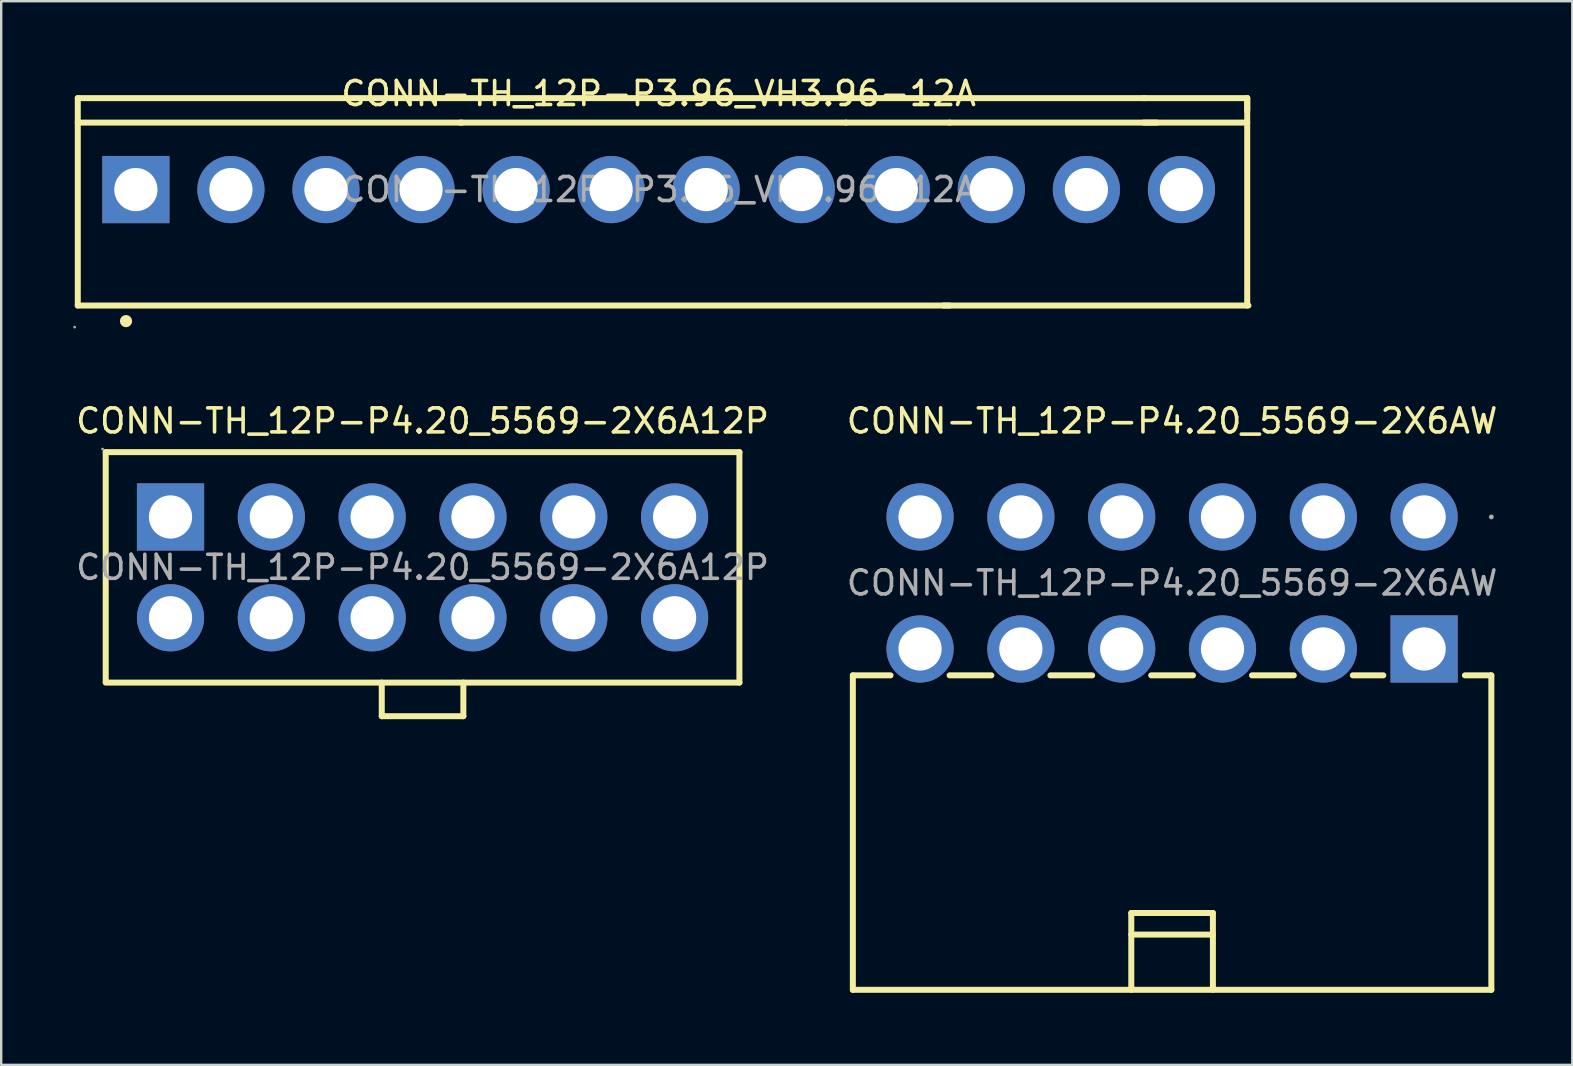
<source format=kicad_pcb>
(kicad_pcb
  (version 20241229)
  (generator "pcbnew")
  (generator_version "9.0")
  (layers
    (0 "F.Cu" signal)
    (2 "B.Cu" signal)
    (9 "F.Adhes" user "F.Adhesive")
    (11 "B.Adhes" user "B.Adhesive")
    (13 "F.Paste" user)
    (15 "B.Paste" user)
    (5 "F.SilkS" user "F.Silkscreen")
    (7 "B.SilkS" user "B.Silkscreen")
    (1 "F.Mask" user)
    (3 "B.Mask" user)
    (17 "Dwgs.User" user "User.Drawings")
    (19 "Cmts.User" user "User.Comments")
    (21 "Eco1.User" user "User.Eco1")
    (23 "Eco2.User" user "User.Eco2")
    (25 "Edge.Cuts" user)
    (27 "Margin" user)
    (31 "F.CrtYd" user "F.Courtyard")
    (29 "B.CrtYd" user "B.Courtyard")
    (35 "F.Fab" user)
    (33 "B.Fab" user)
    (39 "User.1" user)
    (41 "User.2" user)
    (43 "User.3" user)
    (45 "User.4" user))
  (footprint "CONN-TH_12P-P4.20_5569-2X6A12P"
    (layer "F.Cu")
    (at 14.554 20.587)
    (property "Reference" "CONN-TH_12P-P4.20_5569-2X6A12P" (at 0 -6.1 0) (layer "F.SilkS") (effects (font (size 1 1) (thickness 0.15))))
    (attr through_hole)
    (fp_line (start -13.2 4.77) (end -13.2 -4.8) (stroke (width 0.25) (type solid)) (layer "F.SilkS"))
    (fp_line (start -1.7 6.2) (end -1.7 4.8) (stroke (width 0.25) (type solid)) (layer "F.SilkS"))
    (fp_line (start -1.7 6.2) (end 1.7 6.2) (stroke (width 0.25) (type solid)) (layer "F.SilkS"))
    (fp_line (start 1.7 6.2) (end 1.7 4.8) (stroke (width 0.25) (type solid)) (layer "F.SilkS"))
    (fp_line (start 13.2 -4.8) (end -13.2 -4.8) (stroke (width 0.25) (type solid)) (layer "F.SilkS"))
    (fp_line (start 13.2 4.8) (end -13.2 4.8) (stroke (width 0.25) (type solid)) (layer "F.SilkS"))
    (fp_line (start 13.2 4.8) (end 13.2 -4.8) (stroke (width 0.25) (type solid)) (layer "F.SilkS"))
    (fp_circle (center -13.33 -4.93) (end -13.3 -4.93) (stroke (width 0.06) (type solid)) (fill no) (layer "F.Fab"))
    (fp_circle (center -10.5 -2.1) (end -10.1 -2.1) (stroke (width 0.8) (type solid)) (fill no) (layer "F.Fab"))
    (fp_circle (center -10.5 2.1) (end -10.1 2.1) (stroke (width 0.8) (type solid)) (fill no) (layer "F.Fab"))
    (fp_circle (center -6.3 -2.1) (end -5.9 -2.1) (stroke (width 0.8) (type solid)) (fill no) (layer "F.Fab"))
    (fp_circle (center -6.3 2.1) (end -5.9 2.1) (stroke (width 0.8) (type solid)) (fill no) (layer "F.Fab"))
    (fp_circle (center -2.1 -2.1) (end -1.7 -2.1) (stroke (width 0.8) (type solid)) (fill no) (layer "F.Fab"))
    (fp_circle (center -2.1 2.1) (end -1.7 2.1) (stroke (width 0.8) (type solid)) (fill no) (layer "F.Fab"))
    (fp_circle (center 2.1 -2.1) (end 2.5 -2.1) (stroke (width 0.8) (type solid)) (fill no) (layer "F.Fab"))
    (fp_circle (center 2.1 2.1) (end 2.5 2.1) (stroke (width 0.8) (type solid)) (fill no) (layer "F.Fab"))
    (fp_circle (center 6.3 -2.1) (end 6.7 -2.1) (stroke (width 0.8) (type solid)) (fill no) (layer "F.Fab"))
    (fp_circle (center 6.3 2.1) (end 6.7 2.1) (stroke (width 0.8) (type solid)) (fill no) (layer "F.Fab"))
    (fp_circle (center 10.5 -2.1) (end 10.9 -2.1) (stroke (width 0.8) (type solid)) (fill no) (layer "F.Fab"))
    (fp_circle (center 10.5 2.1) (end 10.9 2.1) (stroke (width 0.8) (type solid)) (fill no) (layer "F.Fab"))
    (fp_text user "${REFERENCE}" (at 0 0 0) (layer "F.Fab") (effects (font (size 1 1) (thickness 0.15))))
    (pad "1" thru_hole rect (at -10.5 -2.1 180) (size 2.8 2.8) (drill 1.8) (layers "*.Cu" "*.Paste" "*.Mask"))
    (pad "2" thru_hole circle (at -6.3 -2.1 180) (size 2.8 2.8) (drill 1.8) (layers "*.Cu" "*.Paste" "*.Mask"))
    (pad "3" thru_hole circle (at -2.1 -2.1 180) (size 2.8 2.8) (drill 1.8) (layers "*.Cu" "*.Paste" "*.Mask"))
    (pad "4" thru_hole circle (at 2.1 -2.1 180) (size 2.8 2.8) (drill 1.8) (layers "*.Cu" "*.Paste" "*.Mask"))
    (pad "5" thru_hole circle (at 6.3 -2.1 180) (size 2.8 2.8) (drill 1.8) (layers "*.Cu" "*.Paste" "*.Mask"))
    (pad "6" thru_hole circle (at 10.5 -2.1 180) (size 2.8 2.8) (drill 1.8) (layers "*.Cu" "*.Paste" "*.Mask"))
    (pad "7" thru_hole circle (at -10.5 2.1 180) (size 2.8 2.8) (drill 1.8) (layers "*.Cu" "*.Paste" "*.Mask"))
    (pad "8" thru_hole circle (at -6.3 2.1 180) (size 2.8 2.8) (drill 1.8) (layers "*.Cu" "*.Paste" "*.Mask"))
    (pad "9" thru_hole circle (at -2.1 2.1 180) (size 2.8 2.8) (drill 1.8) (layers "*.Cu" "*.Paste" "*.Mask"))
    (pad "10" thru_hole circle (at 2.1 2.1 180) (size 2.8 2.8) (drill 1.8) (layers "*.Cu" "*.Paste" "*.Mask"))
    (pad "11" thru_hole circle (at 6.3 2.1 180) (size 2.8 2.8) (drill 1.8) (layers "*.Cu" "*.Paste" "*.Mask"))
    (pad "12" thru_hole circle (at 10.5 2.1 180) (size 2.8 2.8) (drill 1.8) (layers "*.Cu" "*.Paste" "*.Mask")))
  (footprint "CONN-TH_12P-P3.96_VH3.96-12A"
    (layer "F.Cu")
    (at 24.39 4.848)
    (property "Reference" "CONN-TH_12P-P3.96_VH3.96-12A" (at 0 -4 0) (layer "F.SilkS") (effects (font (size 1 1) (thickness 0.15))))
    (attr through_hole)
    (fp_line (start -24.2 -2.79) (end -8.2 -2.79) (stroke (width 0.25) (type solid)) (layer "F.SilkS"))
    (fp_line (start -24.2 4.83) (end -24.2 -3.81) (stroke (width 0.25) (type solid)) (layer "F.SilkS"))
    (fp_line (start -8.26 -2.79) (end 7.8 -2.79) (stroke (width 0.25) (type solid)) (layer "F.SilkS"))
    (fp_line (start 7.8 -3.81) (end -24.2 -3.81) (stroke (width 0.25) (type solid)) (layer "F.SilkS"))
    (fp_line (start 7.8 -2.79) (end 12.12 -2.79) (stroke (width 0.25) (type solid)) (layer "F.SilkS"))
    (fp_line (start 12.12 -2.79) (end 20.76 -2.79) (stroke (width 0.25) (type solid)) (layer "F.SilkS"))
    (fp_line (start 12.12 4.83) (end -24.2 4.83) (stroke (width 0.25) (type solid)) (layer "F.SilkS"))
    (fp_line (start 20.2 -3.81) (end 24.52 -3.81) (stroke (width 0.25) (type solid)) (layer "F.SilkS"))
    (fp_line (start 20.2 -2.79) (end 24.52 -2.79) (stroke (width 0.25) (type solid)) (layer "F.SilkS"))
    (fp_line (start 20.25 -3.81) (end 7.55 -3.81) (stroke (width 0.25) (type solid)) (layer "F.SilkS"))
    (fp_line (start 24.52 -3.81) (end 24.52 -3.3) (stroke (width 0.25) (type solid)) (layer "F.SilkS"))
    (fp_line (start 24.52 4.83) (end 24.52 -3.81) (stroke (width 0.25) (type solid)) (layer "F.SilkS"))
    (fp_line (start 24.57 4.83) (end 11.87 4.83) (stroke (width 0.25) (type solid)) (layer "F.SilkS"))
    (fp_circle (center -22.19 5.48) (end -22.06 5.48) (stroke (width 0.25) (type solid)) (fill no) (layer "F.SilkS"))
    (fp_circle (center -24.33 5.73) (end -24.3 5.73) (stroke (width 0.06) (type solid)) (fill no) (layer "F.Fab"))
    (fp_circle (center -21.78 0) (end -21.38 0) (stroke (width 0.8) (type solid)) (fill no) (layer "F.Fab"))
    (fp_circle (center -17.82 0) (end -17.42 0) (stroke (width 0.8) (type solid)) (fill no) (layer "F.Fab"))
    (fp_circle (center -13.86 0) (end -13.46 0) (stroke (width 0.8) (type solid)) (fill no) (layer "F.Fab"))
    (fp_circle (center -9.9 0) (end -9.5 0) (stroke (width 0.8) (type solid)) (fill no) (layer "F.Fab"))
    (fp_circle (center -5.94 0) (end -5.54 0) (stroke (width 0.8) (type solid)) (fill no) (layer "F.Fab"))
    (fp_circle (center -1.98 0) (end -1.58 0) (stroke (width 0.8) (type solid)) (fill no) (layer "F.Fab"))
    (fp_circle (center 1.98 0) (end 2.38 0) (stroke (width 0.8) (type solid)) (fill no) (layer "F.Fab"))
    (fp_circle (center 5.94 0) (end 6.34 0) (stroke (width 0.8) (type solid)) (fill no) (layer "F.Fab"))
    (fp_circle (center 9.9 0) (end 10.3 0) (stroke (width 0.8) (type solid)) (fill no) (layer "F.Fab"))
    (fp_circle (center 13.86 0) (end 14.26 0) (stroke (width 0.8) (type solid)) (fill no) (layer "F.Fab"))
    (fp_circle (center 17.82 0) (end 18.22 0) (stroke (width 0.8) (type solid)) (fill no) (layer "F.Fab"))
    (fp_circle (center 21.78 0) (end 22.18 0) (stroke (width 0.8) (type solid)) (fill no) (layer "F.Fab"))
    (fp_text user "${REFERENCE}" (at 0 0 0) (layer "F.Fab") (effects (font (size 1 1) (thickness 0.15))))
    (pad "1" thru_hole rect (at -21.78 0) (size 2.8 2.8) (drill 1.8) (layers "*.Cu" "*.Paste" "*.Mask"))
    (pad "2" thru_hole circle (at -17.82 0) (size 2.8 2.8) (drill 1.8) (layers "*.Cu" "*.Paste" "*.Mask"))
    (pad "3" thru_hole circle (at -13.86 0) (size 2.8 2.8) (drill 1.8) (layers "*.Cu" "*.Paste" "*.Mask"))
    (pad "4" thru_hole circle (at -9.9 0) (size 2.8 2.8) (drill 1.8) (layers "*.Cu" "*.Paste" "*.Mask"))
    (pad "5" thru_hole circle (at -5.94 0) (size 2.8 2.8) (drill 1.8) (layers "*.Cu" "*.Paste" "*.Mask"))
    (pad "6" thru_hole circle (at -1.98 0) (size 2.8 2.8) (drill 1.8) (layers "*.Cu" "*.Paste" "*.Mask"))
    (pad "7" thru_hole circle (at 1.98 0) (size 2.8 2.8) (drill 1.8) (layers "*.Cu" "*.Paste" "*.Mask"))
    (pad "8" thru_hole circle (at 5.94 0) (size 2.8 2.8) (drill 1.8) (layers "*.Cu" "*.Paste" "*.Mask"))
    (pad "9" thru_hole circle (at 9.9 0) (size 2.8 2.8) (drill 1.8) (layers "*.Cu" "*.Paste" "*.Mask"))
    (pad "10" thru_hole circle (at 13.86 0) (size 2.8 2.8) (drill 1.8) (layers "*.Cu" "*.Paste" "*.Mask"))
    (pad "11" thru_hole circle (at 17.82 0) (size 2.8 2.8) (drill 1.8) (layers "*.Cu" "*.Paste" "*.Mask"))
    (pad "12" thru_hole circle (at 21.78 0) (size 2.8 2.8) (drill 1.8) (layers "*.Cu" "*.Paste" "*.Mask")))
  (footprint "CONN-TH_12P-P4.20_5569-2X6AW"
    (layer "F.Cu")
    (at 45.78 21.236)
    (property "Reference" "CONN-TH_12P-P4.20_5569-2X6AW" (at 0 -6.75 0) (layer "F.SilkS") (effects (font (size 1 1) (thickness 0.15))))
    (attr through_hole)
    (fp_line (start -13.3 3.85) (end -13.3 16.95) (stroke (width 0.25) (type solid)) (layer "F.SilkS"))
    (fp_line (start -13.3 3.85) (end -11.73 3.85) (stroke (width 0.25) (type solid)) (layer "F.SilkS"))
    (fp_line (start -9.27 3.85) (end -7.53 3.85) (stroke (width 0.25) (type solid)) (layer "F.SilkS"))
    (fp_line (start -5.07 3.85) (end -3.33 3.85) (stroke (width 0.25) (type solid)) (layer "F.SilkS"))
    (fp_line (start -1.7 16.95) (end -1.7 13.75) (stroke (width 0.25) (type solid)) (layer "F.SilkS"))
    (fp_line (start 0.87 3.85) (end -0.87 3.85) (stroke (width 0.25) (type solid)) (layer "F.SilkS"))
    (fp_line (start 1.7 13.75) (end -1.7 13.75) (stroke (width 0.25) (type solid)) (layer "F.SilkS"))
    (fp_line (start 1.7 14.65) (end -1.7 14.65) (stroke (width 0.25) (type solid)) (layer "F.SilkS"))
    (fp_line (start 1.7 16.95) (end 1.7 13.75) (stroke (width 0.25) (type solid)) (layer "F.SilkS"))
    (fp_line (start 5.07 3.85) (end 3.33 3.85) (stroke (width 0.25) (type solid)) (layer "F.SilkS"))
    (fp_line (start 8.8 3.85) (end 7.53 3.85) (stroke (width 0.25) (type solid)) (layer "F.SilkS"))
    (fp_line (start 13.3 3.85) (end 12.2 3.85) (stroke (width 0.25) (type solid)) (layer "F.SilkS"))
    (fp_line (start 13.3 3.85) (end 13.3 16.95) (stroke (width 0.25) (type solid)) (layer "F.SilkS"))
    (fp_line (start 13.3 16.95) (end -13.3 16.95) (stroke (width 0.25) (type solid)) (layer "F.SilkS"))
    (fp_circle (center 13.3 -2.75) (end 13.35 -2.75) (stroke (width 0.1) (type solid)) (fill no) (layer "F.Fab"))
    (fp_text user "${REFERENCE}" (at 0 0 0) (layer "F.Fab") (effects (font (size 1 1) (thickness 0.15))))
    (pad "1" thru_hole rect (at 10.5 2.75) (size 2.8 2.8) (drill 1.8) (layers "*.Cu" "*.Paste" "*.Mask"))
    (pad "2" thru_hole circle (at 6.3 2.75) (size 2.8 2.8) (drill 1.8) (layers "*.Cu" "*.Paste" "*.Mask"))
    (pad "3" thru_hole circle (at 2.1 2.75) (size 2.8 2.8) (drill 1.8) (layers "*.Cu" "*.Paste" "*.Mask"))
    (pad "4" thru_hole circle (at -2.1 2.75) (size 2.8 2.8) (drill 1.8) (layers "*.Cu" "*.Paste" "*.Mask"))
    (pad "5" thru_hole circle (at -6.3 2.75) (size 2.8 2.8) (drill 1.8) (layers "*.Cu" "*.Paste" "*.Mask"))
    (pad "6" thru_hole circle (at -10.5 2.75) (size 2.8 2.8) (drill 1.8) (layers "*.Cu" "*.Paste" "*.Mask"))
    (pad "7" thru_hole circle (at 10.5 -2.75) (size 2.8 2.8) (drill 1.8) (layers "*.Cu" "*.Paste" "*.Mask"))
    (pad "8" thru_hole circle (at 6.3 -2.75) (size 2.8 2.8) (drill 1.8) (layers "*.Cu" "*.Paste" "*.Mask"))
    (pad "9" thru_hole circle (at 2.1 -2.75) (size 2.8 2.8) (drill 1.8) (layers "*.Cu" "*.Paste" "*.Mask"))
    (pad "10" thru_hole circle (at -2.1 -2.75) (size 2.8 2.8) (drill 1.8) (layers "*.Cu" "*.Paste" "*.Mask"))
    (pad "11" thru_hole circle (at -6.3 -2.75) (size 2.8 2.8) (drill 1.8) (layers "*.Cu" "*.Paste" "*.Mask"))
    (pad "12" thru_hole circle (at -10.5 -2.75) (size 2.8 2.8) (drill 1.8) (layers "*.Cu" "*.Paste" "*.Mask")))
  (gr_rect
    (start -3 -3)
    (end 62.452 41.312)
    (stroke (width 0.1) (type default))
    (fill no)
    (layer "Edge.Cuts")))
</source>
